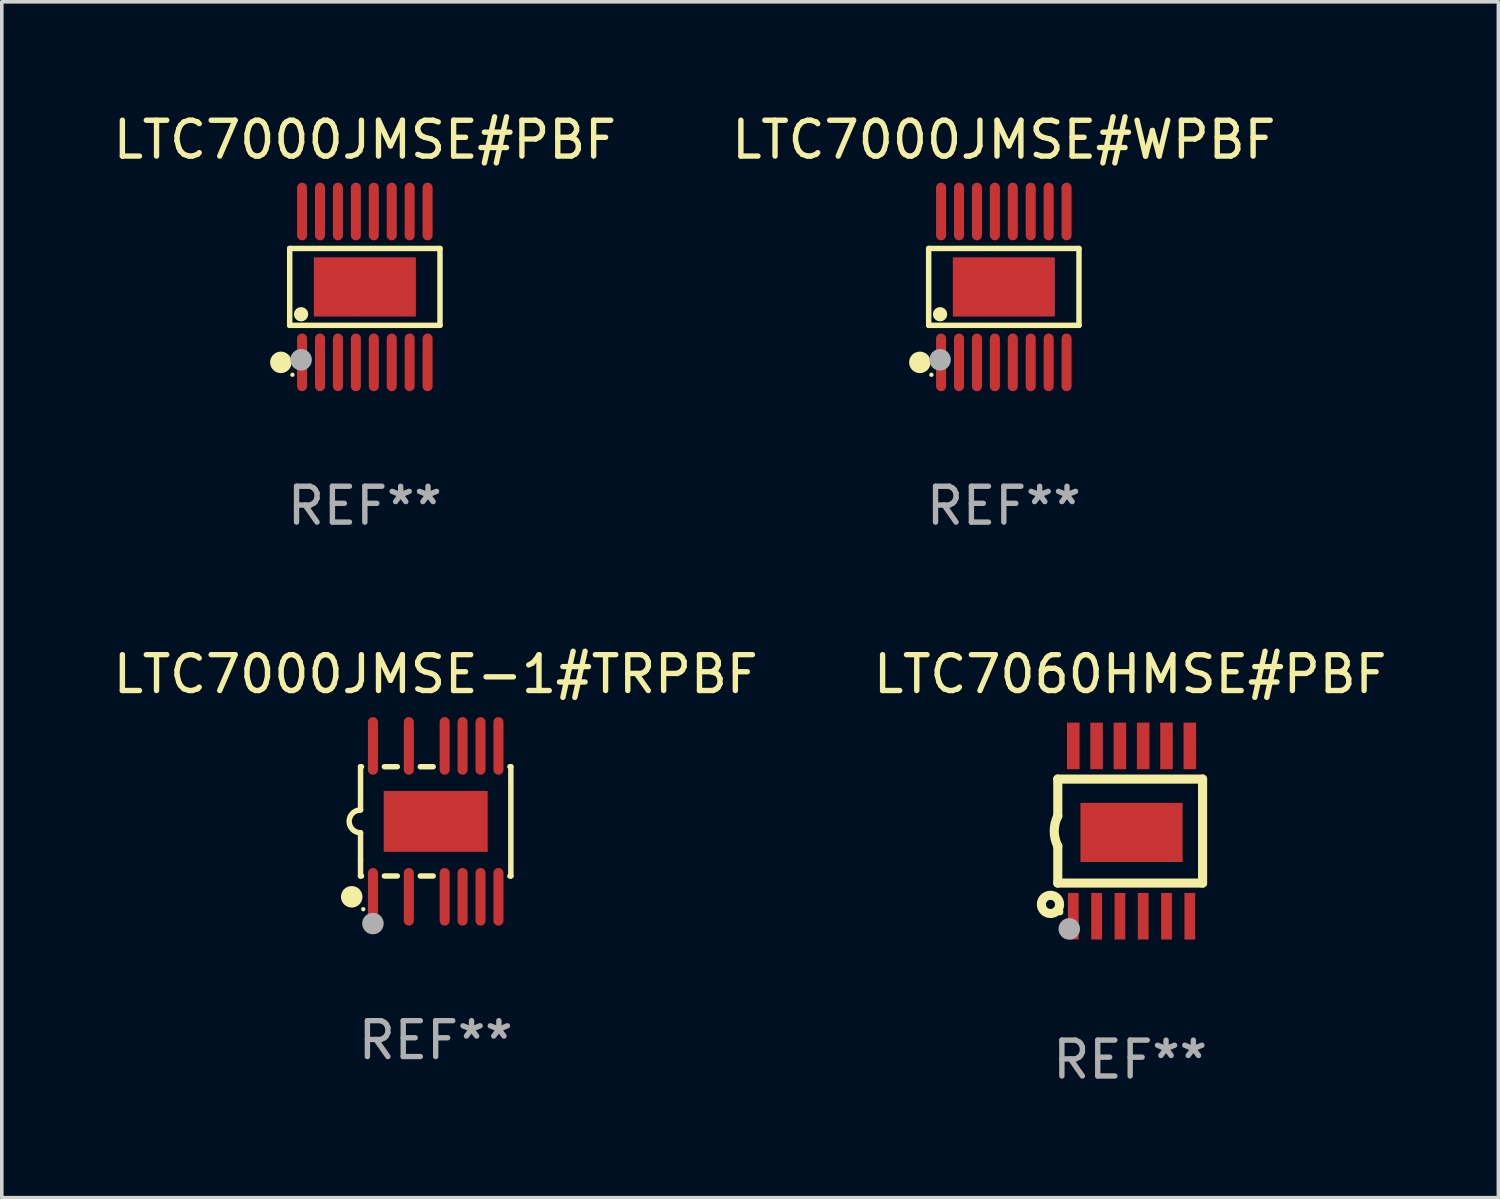
<source format=kicad_pcb>
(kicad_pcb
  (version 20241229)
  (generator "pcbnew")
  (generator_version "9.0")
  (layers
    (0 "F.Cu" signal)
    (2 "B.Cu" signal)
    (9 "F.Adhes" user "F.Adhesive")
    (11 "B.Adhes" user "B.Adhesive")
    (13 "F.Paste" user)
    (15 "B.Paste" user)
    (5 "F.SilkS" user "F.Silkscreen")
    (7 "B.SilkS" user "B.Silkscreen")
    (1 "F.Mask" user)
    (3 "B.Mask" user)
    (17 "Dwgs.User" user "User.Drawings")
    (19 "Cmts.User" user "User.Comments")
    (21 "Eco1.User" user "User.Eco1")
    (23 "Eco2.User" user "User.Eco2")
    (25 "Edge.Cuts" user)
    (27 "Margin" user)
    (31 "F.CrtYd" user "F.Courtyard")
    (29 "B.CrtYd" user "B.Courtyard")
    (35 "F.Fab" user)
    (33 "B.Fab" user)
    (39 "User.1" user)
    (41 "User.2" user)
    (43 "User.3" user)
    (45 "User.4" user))
  (footprint "LTC7060HMSE#PBF"
    (layer "F.Cu")
    (at 28.47 20.128)
    (property "Reference" "LTC7060HMSE#PBF" (at 0 -4.375 0) (layer "F.SilkS") (effects (font (size 1 1) (thickness 0.15))))
    (attr through_hole)
    (fp_line (start -2.019 -1.45) (end -2.019 -0.419) (stroke (width 0.254) (type solid)) (layer "F.SilkS"))
    (fp_line (start -2.019 1.45) (end -2.019 0.419) (stroke (width 0.254) (type solid)) (layer "F.SilkS"))
    (fp_line (start -2.019 1.45) (end 2.019 1.45) (stroke (width 0.254) (type solid)) (layer "F.SilkS"))
    (fp_line (start 2.019 -1.45) (end -2.019 -1.45) (stroke (width 0.254) (type solid)) (layer "F.SilkS"))
    (fp_line (start 2.019 -1.45) (end 2.019 1.45) (stroke (width 0.254) (type solid)) (layer "F.SilkS"))
    (fp_arc (start -2.019304 0.419101) (mid -2.11824 0) (end -2.019304 -0.419101) (stroke (width 0.254001) (type solid)) (layer "F.SilkS"))
    (fp_circle (center -2.223 2.045) (end -1.969 2.045) (stroke (width 0.254) (type solid)) (fill no) (layer "F.SilkS"))
    (fp_circle (center -1.962 2.25) (end -1.912 2.25) (stroke (width 0.1) (type solid)) (fill no) (layer "F.SilkS"))
    (fp_circle (center -1.699 2.728) (end -1.549 2.728) (stroke (width 0.3) (type solid)) (fill no) (layer "F.Fab"))
    (fp_text user "REF**" (at 0 6.375 0) (layer "F.Fab") (effects (font (size 1 1) (thickness 0.15))))
    (pad "1" smd rect (at -1.587 2.375) (size 0.3 1.3) (layers "F.Cu" "F.Mask" "F.Paste"))
    (pad "2" smd rect (at -0.937 2.375) (size 0.3 1.3) (layers "F.Cu" "F.Mask" "F.Paste"))
    (pad "3" smd rect (at -0.287 2.375) (size 0.3 1.3) (layers "F.Cu" "F.Mask" "F.Paste"))
    (pad "4" smd rect (at 0.363 2.375) (size 0.3 1.3) (layers "F.Cu" "F.Mask" "F.Paste"))
    (pad "5" smd rect (at 1.013 2.375) (size 0.3 1.3) (layers "F.Cu" "F.Mask" "F.Paste"))
    (pad "6" smd rect (at 1.663 2.375) (size 0.3 1.3) (layers "F.Cu" "F.Mask" "F.Paste"))
    (pad "7" smd rect (at 1.663 -2.375) (size 0.35 1.3) (layers "F.Cu" "F.Mask" "F.Paste"))
    (pad "8" smd rect (at 1.013 -2.375) (size 0.35 1.3) (layers "F.Cu" "F.Mask" "F.Paste"))
    (pad "9" smd rect (at 0.363 -2.375) (size 0.35 1.3) (layers "F.Cu" "F.Mask" "F.Paste"))
    (pad "10" smd rect (at -0.287 -2.375) (size 0.35 1.3) (layers "F.Cu" "F.Mask" "F.Paste"))
    (pad "11" smd rect (at -0.937 -2.375) (size 0.35 1.3) (layers "F.Cu" "F.Mask" "F.Paste"))
    (pad "12" smd rect (at -1.587 -2.375) (size 0.35 1.3) (layers "F.Cu" "F.Mask" "F.Paste"))
    (pad "13" smd rect (at 0.038 0.038) (size 2.85 1.65) (layers "F.Cu" "F.Mask" "F.Paste")))
  (footprint "LTC7000JMSE#PBF"
    (layer "F.Cu")
    (at 7.125 4.952)
    (property "Reference" "LTC7000JMSE#PBF" (at 0 -4.104 0) (layer "F.SilkS") (effects (font (size 1 1) (thickness 0.15))))
    (attr through_hole)
    (fp_line (start -2.096 -1.072) (end 2.096 -1.072) (stroke (width 0.152) (type solid)) (layer "F.SilkS"))
    (fp_line (start -2.096 1.071) (end -2.096 -1.072) (stroke (width 0.152) (type solid)) (layer "F.SilkS"))
    (fp_line (start 2.096 -1.072) (end 2.096 1.071) (stroke (width 0.152) (type solid)) (layer "F.SilkS"))
    (fp_line (start 2.096 1.071) (end -2.096 1.071) (stroke (width 0.152) (type solid)) (layer "F.SilkS"))
    (fp_circle (center -2.342 2.104) (end -2.192 2.104) (stroke (width 0.3) (type solid)) (fill no) (layer "F.SilkS"))
    (fp_circle (center -2.02 2.45) (end -1.99 2.45) (stroke (width 0.06) (type solid)) (fill no) (layer "F.SilkS"))
    (fp_circle (center -1.778 0.762) (end -1.678 0.762) (stroke (width 0.2) (type solid)) (fill no) (layer "F.SilkS"))
    (fp_circle (center -1.778 2.032) (end -1.628 2.032) (stroke (width 0.3) (type solid)) (fill no) (layer "F.Fab"))
    (fp_text user "REF**" (at 0 6.104 0) (layer "F.Fab") (effects (font (size 1 1) (thickness 0.15))))
    (pad "1" smd oval (at -1.75 2.104) (size 0.28 1.608) (layers "F.Cu" "F.Mask" "F.Paste"))
    (pad "2" smd oval (at -1.25 2.104) (size 0.28 1.608) (layers "F.Cu" "F.Mask" "F.Paste"))
    (pad "3" smd oval (at -0.75 2.104) (size 0.28 1.608) (layers "F.Cu" "F.Mask" "F.Paste"))
    (pad "4" smd oval (at -0.25 2.104) (size 0.28 1.608) (layers "F.Cu" "F.Mask" "F.Paste"))
    (pad "5" smd oval (at 0.25 2.104) (size 0.28 1.608) (layers "F.Cu" "F.Mask" "F.Paste"))
    (pad "6" smd oval (at 0.75 2.104) (size 0.28 1.608) (layers "F.Cu" "F.Mask" "F.Paste"))
    (pad "7" smd oval (at 1.25 2.104) (size 0.28 1.608) (layers "F.Cu" "F.Mask" "F.Paste"))
    (pad "8" smd oval (at 1.75 2.104) (size 0.28 1.608) (layers "F.Cu" "F.Mask" "F.Paste"))
    (pad "9" smd oval (at 1.75 -2.104) (size 0.28 1.608) (layers "F.Cu" "F.Mask" "F.Paste"))
    (pad "10" smd oval (at 1.25 -2.104) (size 0.28 1.608) (layers "F.Cu" "F.Mask" "F.Paste"))
    (pad "11" smd oval (at 0.75 -2.104) (size 0.28 1.608) (layers "F.Cu" "F.Mask" "F.Paste"))
    (pad "12" smd oval (at 0.25 -2.104) (size 0.28 1.608) (layers "F.Cu" "F.Mask" "F.Paste"))
    (pad "13" smd oval (at -0.25 -2.104) (size 0.28 1.608) (layers "F.Cu" "F.Mask" "F.Paste"))
    (pad "14" smd oval (at -0.75 -2.104) (size 0.28 1.608) (layers "F.Cu" "F.Mask" "F.Paste"))
    (pad "15" smd oval (at -1.25 -2.104) (size 0.28 1.608) (layers "F.Cu" "F.Mask" "F.Paste"))
    (pad "16" smd oval (at -1.75 -2.104) (size 0.28 1.608) (layers "F.Cu" "F.Mask" "F.Paste"))
    (pad "17" smd rect (at 0 -0.000127) (size 2.845 1.651) (layers "F.Cu" "F.Mask" "F.Paste")))
  (footprint "LTC7000JMSE-1#TRPBF"
    (layer "F.Cu")
    (at 9.101 19.857)
    (property "Reference" "LTC7000JMSE-1#TRPBF" (at 0 -4.104 0) (layer "F.SilkS") (effects (font (size 1 1) (thickness 0.15))))
    (attr through_hole)
    (fp_line (start -2.096 -1.524) (end -2.07 -1.524) (stroke (width 0.152) (type solid)) (layer "F.SilkS"))
    (fp_line (start -2.096 -0.318) (end -2.096 -1.524) (stroke (width 0.152) (type solid)) (layer "F.SilkS"))
    (fp_line (start -2.096 0.318) (end -2.096 1.072) (stroke (width 0.152) (type solid)) (layer "F.SilkS"))
    (fp_line (start -2.096 1.524) (end -2.096 1.072) (stroke (width 0.152) (type solid)) (layer "F.SilkS"))
    (fp_line (start -2.096 1.524) (end -2.07 1.524) (stroke (width 0.152) (type solid)) (layer "F.SilkS"))
    (fp_line (start -1.43 -1.524) (end -1.07 -1.524) (stroke (width 0.152) (type solid)) (layer "F.SilkS"))
    (fp_line (start -1.43 1.524) (end -1.07 1.524) (stroke (width 0.152) (type solid)) (layer "F.SilkS"))
    (fp_line (start -0.43 -1.524) (end -0.07 -1.524) (stroke (width 0.152) (type solid)) (layer "F.SilkS"))
    (fp_line (start -0.43 1.524) (end -0.07 1.524) (stroke (width 0.152) (type solid)) (layer "F.SilkS"))
    (fp_line (start 2.07 -1.524) (end 2.096 -1.524) (stroke (width 0.152) (type solid)) (layer "F.SilkS"))
    (fp_line (start 2.07 1.524) (end 2.096 1.524) (stroke (width 0.152) (type solid)) (layer "F.SilkS"))
    (fp_line (start 2.096 -1.524) (end 2.096 1.524) (stroke (width 0.152) (type solid)) (layer "F.SilkS"))
    (fp_arc (start -2.095504 0.317501) (mid -2.413005 0) (end -2.095504 -0.317501) (stroke (width 0.151994) (type solid)) (layer "F.SilkS"))
    (fp_circle (center -2.342 2.104) (end -2.192 2.104) (stroke (width 0.3) (type solid)) (fill no) (layer "F.SilkS"))
    (fp_circle (center -2.02 2.45) (end -1.99 2.45) (stroke (width 0.06) (type solid)) (fill no) (layer "F.SilkS"))
    (fp_circle (center -1.75 2.85) (end -1.6 2.85) (stroke (width 0.3) (type solid)) (fill no) (layer "F.Fab"))
    (fp_text user "REF**" (at 0 6.104 0) (layer "F.Fab") (effects (font (size 1 1) (thickness 0.15))))
    (pad "1" smd oval (at -1.75 2.104) (size 0.28 1.608) (layers "F.Cu" "F.Mask" "F.Paste"))
    (pad "3" smd oval (at -0.75 2.104) (size 0.28 1.608) (layers "F.Cu" "F.Mask" "F.Paste"))
    (pad "5" smd oval (at 0.25 2.104) (size 0.28 1.608) (layers "F.Cu" "F.Mask" "F.Paste"))
    (pad "6" smd oval (at 0.75 2.104) (size 0.28 1.608) (layers "F.Cu" "F.Mask" "F.Paste"))
    (pad "7" smd oval (at 1.25 2.104) (size 0.28 1.608) (layers "F.Cu" "F.Mask" "F.Paste"))
    (pad "8" smd oval (at 1.75 2.104) (size 0.28 1.608) (layers "F.Cu" "F.Mask" "F.Paste"))
    (pad "9" smd oval (at 1.75 -2.104) (size 0.28 1.608) (layers "F.Cu" "F.Mask" "F.Paste"))
    (pad "10" smd oval (at 1.25 -2.104) (size 0.28 1.608) (layers "F.Cu" "F.Mask" "F.Paste"))
    (pad "11" smd oval (at 0.75 -2.104) (size 0.28 1.608) (layers "F.Cu" "F.Mask" "F.Paste"))
    (pad "12" smd oval (at 0.25 -2.104) (size 0.28 1.608) (layers "F.Cu" "F.Mask" "F.Paste"))
    (pad "14" smd oval (at -0.75 -2.104) (size 0.28 1.608) (layers "F.Cu" "F.Mask" "F.Paste"))
    (pad "16" smd oval (at -1.75 -2.104) (size 0.28 1.608) (layers "F.Cu" "F.Mask" "F.Paste"))
    (pad "17" smd rect (at 0 0.000127 180) (size 2.9 1.7) (layers "F.Cu" "F.Mask" "F.Paste")))
  (footprint "LTC7000JMSE#WPBF"
    (layer "F.Cu")
    (at 24.946 4.952)
    (property "Reference" "LTC7000JMSE#WPBF" (at 0 -4.104 0) (layer "F.SilkS") (effects (font (size 1 1) (thickness 0.15))))
    (attr through_hole)
    (fp_line (start -2.096 -1.072) (end 2.096 -1.072) (stroke (width 0.152) (type solid)) (layer "F.SilkS"))
    (fp_line (start -2.096 1.071) (end -2.096 -1.072) (stroke (width 0.152) (type solid)) (layer "F.SilkS"))
    (fp_line (start 2.096 -1.072) (end 2.096 1.071) (stroke (width 0.152) (type solid)) (layer "F.SilkS"))
    (fp_line (start 2.096 1.071) (end -2.096 1.071) (stroke (width 0.152) (type solid)) (layer "F.SilkS"))
    (fp_circle (center -2.342 2.104) (end -2.192 2.104) (stroke (width 0.3) (type solid)) (fill no) (layer "F.SilkS"))
    (fp_circle (center -2.02 2.45) (end -1.99 2.45) (stroke (width 0.06) (type solid)) (fill no) (layer "F.SilkS"))
    (fp_circle (center -1.778 0.762) (end -1.678 0.762) (stroke (width 0.2) (type solid)) (fill no) (layer "F.SilkS"))
    (fp_circle (center -1.778 2.032) (end -1.628 2.032) (stroke (width 0.3) (type solid)) (fill no) (layer "F.Fab"))
    (fp_text user "REF**" (at 0 6.104 0) (layer "F.Fab") (effects (font (size 1 1) (thickness 0.15))))
    (pad "1" smd oval (at -1.75 2.104) (size 0.28 1.608) (layers "F.Cu" "F.Mask" "F.Paste"))
    (pad "2" smd oval (at -1.25 2.104) (size 0.28 1.608) (layers "F.Cu" "F.Mask" "F.Paste"))
    (pad "3" smd oval (at -0.75 2.104) (size 0.28 1.608) (layers "F.Cu" "F.Mask" "F.Paste"))
    (pad "4" smd oval (at -0.25 2.104) (size 0.28 1.608) (layers "F.Cu" "F.Mask" "F.Paste"))
    (pad "5" smd oval (at 0.25 2.104) (size 0.28 1.608) (layers "F.Cu" "F.Mask" "F.Paste"))
    (pad "6" smd oval (at 0.75 2.104) (size 0.28 1.608) (layers "F.Cu" "F.Mask" "F.Paste"))
    (pad "7" smd oval (at 1.25 2.104) (size 0.28 1.608) (layers "F.Cu" "F.Mask" "F.Paste"))
    (pad "8" smd oval (at 1.75 2.104) (size 0.28 1.608) (layers "F.Cu" "F.Mask" "F.Paste"))
    (pad "9" smd oval (at 1.75 -2.104) (size 0.28 1.608) (layers "F.Cu" "F.Mask" "F.Paste"))
    (pad "10" smd oval (at 1.25 -2.104) (size 0.28 1.608) (layers "F.Cu" "F.Mask" "F.Paste"))
    (pad "11" smd oval (at 0.75 -2.104) (size 0.28 1.608) (layers "F.Cu" "F.Mask" "F.Paste"))
    (pad "12" smd oval (at 0.25 -2.104) (size 0.28 1.608) (layers "F.Cu" "F.Mask" "F.Paste"))
    (pad "13" smd oval (at -0.25 -2.104) (size 0.28 1.608) (layers "F.Cu" "F.Mask" "F.Paste"))
    (pad "14" smd oval (at -0.75 -2.104) (size 0.28 1.608) (layers "F.Cu" "F.Mask" "F.Paste"))
    (pad "15" smd oval (at -1.25 -2.104) (size 0.28 1.608) (layers "F.Cu" "F.Mask" "F.Paste"))
    (pad "16" smd oval (at -1.75 -2.104) (size 0.28 1.608) (layers "F.Cu" "F.Mask" "F.Paste"))
    (pad "17" smd rect (at 0 -0.000127) (size 2.845 1.651) (layers "F.Cu" "F.Mask" "F.Paste")))
  (gr_rect
    (start -3 -3)
    (end 38.738 30.351)
    (stroke (width 0.1) (type default))
    (fill no)
    (layer "Edge.Cuts")))
</source>
